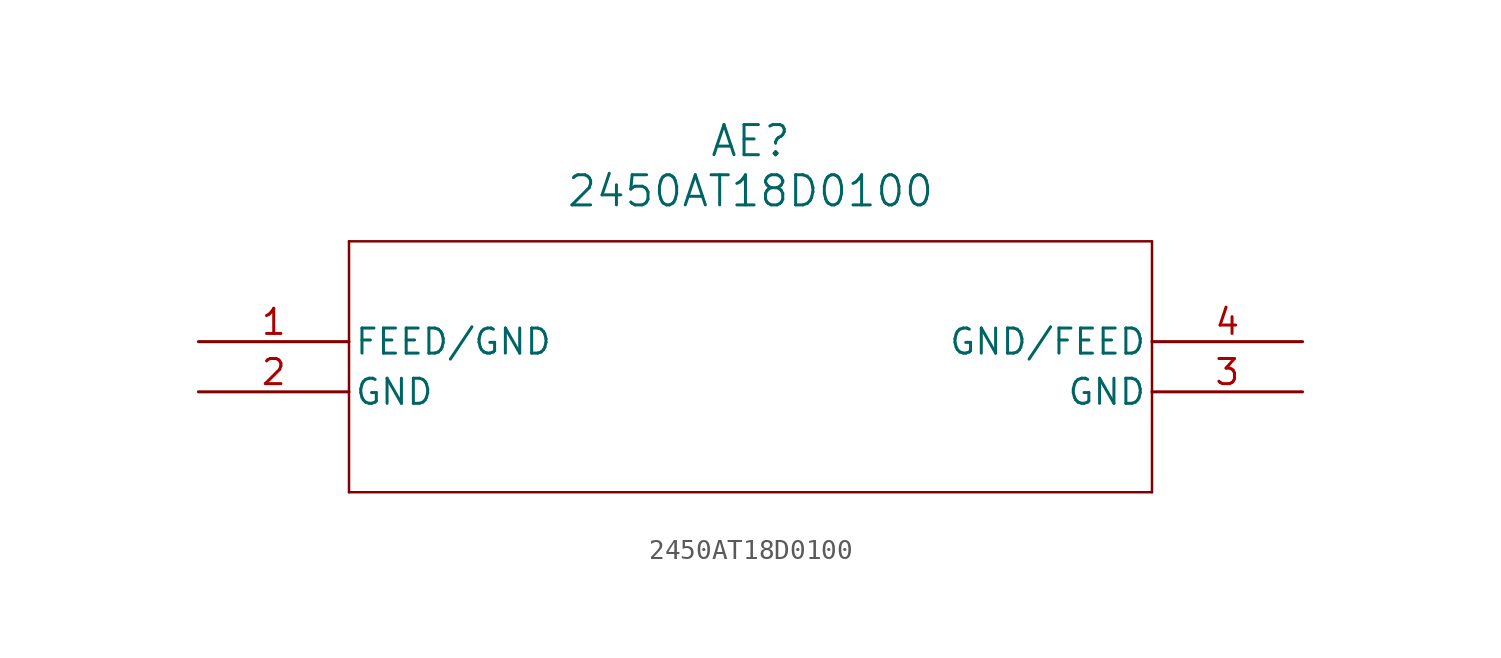
<source format=kicad_sym>
(kicad_symbol_lib
  (version 20211014)
  (generator kicad_symbol_editor)
  (symbol "2450AT18D0100"
    (pin_names
      (offset 0.254))
    (property "Reference" "AE"
      (at 27.94 10.16 0)
      (effects (font (size 1.524 1.524))))
    (property "Value" "2450AT18D0100"
      (at 27.94 7.62 0)
      (effects (font (size 1.524 1.524))))
    (symbol "2450AT18D0100_0_1"
      (polyline (pts (xy 7.62 5.08) (xy 7.62 -7.62)) (stroke (width 0.127) (type default) (color 0 0 0 0)) (fill (type none)))
      (polyline (pts (xy 7.62 -7.62) (xy 48.26 -7.62)) (stroke (width 0.127) (type default) (color 0 0 0 0)) (fill (type none)))
      (polyline (pts (xy 48.26 -7.62) (xy 48.26 5.08)) (stroke (width 0.127) (type default) (color 0 0 0 0)) (fill (type none)))
      (polyline (pts (xy 48.26 5.08) (xy 7.62 5.08)) (stroke (width 0.127) (type default) (color 0 0 0 0)) (fill (type none)))
      (pin unspecified line (at 0 0 0) (length 7.62) (name "FEED/GND" (effects (font (size 1.27 1.27)))) (number "1" (effects (font (size 1.27 1.27)))))
      (pin power_out line (at 0 -2.54 0) (length 7.62) (name "GND" (effects (font (size 1.27 1.27)))) (number "2" (effects (font (size 1.27 1.27)))))
      (pin power_out line (at 55.88 -2.54 180) (length 7.62) (name "GND" (effects (font (size 1.27 1.27)))) (number "3" (effects (font (size 1.27 1.27)))))
      (pin unspecified line (at 55.88 0 180) (length 7.62) (name "GND/FEED" (effects (font (size 1.27 1.27)))) (number "4" (effects (font (size 1.27 1.27))))))))
</source>
